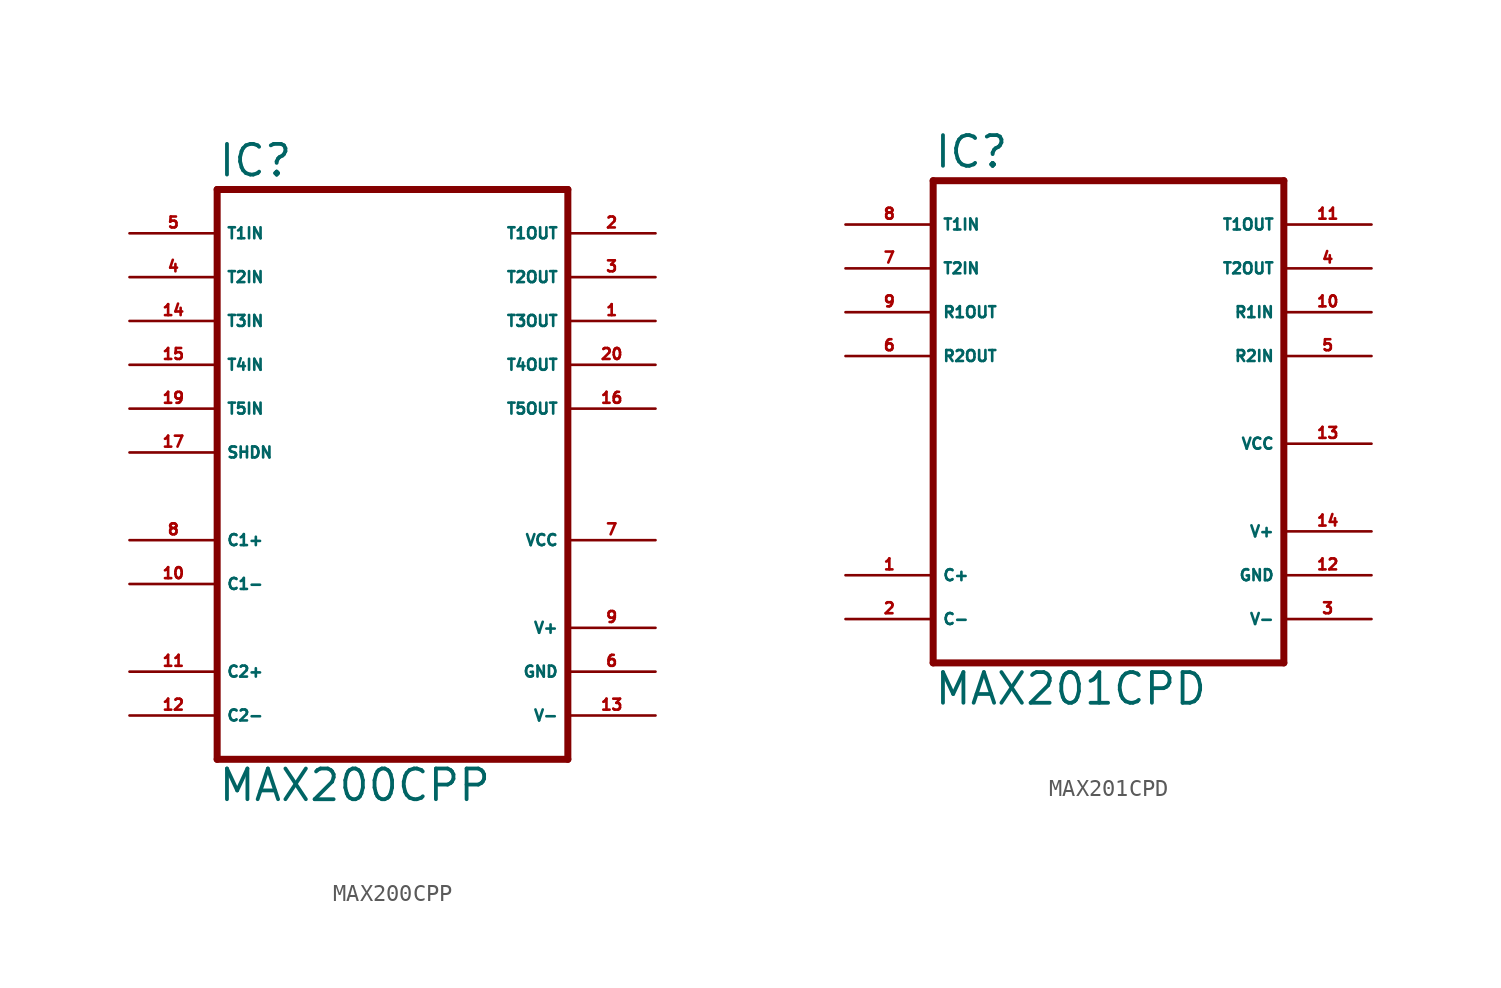
<source format=kicad_sym>
(kicad_symbol_lib
  (version 20220914)
  (generator Eagle2Kicad)
  (symbol "MAX200CPP"
    (property "Reference" "IC"
      (at -10.16 15.875 0)
      (effects (font (size 1.778 1.778) (thickness 0.22)) (justify left bottom)))
    (property "Value" "MAX200CPP"
      (at -10.16 -20.32 0)
      (effects (font (size 1.778 1.778) (thickness 0.22)) (justify left bottom)))
    (polyline
      (pts (xy 10.16 -17.78) (xy -10.16 -17.78))
      (stroke (width 0.406) (type default))
      (fill (type none)))
    (polyline
      (pts (xy -10.16 15.24) (xy -10.16 -17.78))
      (stroke (width 0.406) (type default))
      (fill (type none)))
    (polyline
      (pts (xy -10.16 15.24) (xy 10.16 15.24))
      (stroke (width 0.406) (type default))
      (fill (type none)))
    (polyline
      (pts (xy 10.16 -17.78) (xy 10.16 15.24))
      (stroke (width 0.406) (type default))
      (fill (type none)))
    (pin input line
      (at -15.24 7.62 0)
      (length 5.08)
      (name "T3IN" (effects (font (size 0.635 0.635) (thickness 0.08)) (justify left bottom)))
      (number "14" (effects (font (size 0.635 0.635) (thickness 0.08)) (justify left bottom))))
    (pin input line
      (at -15.24 5.08 0)
      (length 5.08)
      (name "T4IN" (effects (font (size 0.635 0.635) (thickness 0.08)) (justify left bottom)))
      (number "15" (effects (font (size 0.635 0.635) (thickness 0.08)) (justify left bottom))))
    (pin input line
      (at -15.24 12.7 0)
      (length 5.08)
      (name "T1IN" (effects (font (size 0.635 0.635) (thickness 0.08)) (justify left bottom)))
      (number "5" (effects (font (size 0.635 0.635) (thickness 0.08)) (justify left bottom))))
    (pin input line
      (at -15.24 10.16 0)
      (length 5.08)
      (name "T2IN" (effects (font (size 0.635 0.635) (thickness 0.08)) (justify left bottom)))
      (number "4" (effects (font (size 0.635 0.635) (thickness 0.08)) (justify left bottom))))
    (pin output line
      (at 15.24 12.7 180)
      (length 5.08)
      (name "T1OUT" (effects (font (size 0.635 0.635) (thickness 0.08)) (justify left bottom)))
      (number "2" (effects (font (size 0.635 0.635) (thickness 0.08)) (justify left bottom))))
    (pin unspecified line
      (at 15.24 -12.7 180)
      (length 5.08)
      (name "GND" (effects (font (size 0.635 0.635) (thickness 0.08)) (justify left bottom)))
      (number "6" (effects (font (size 0.635 0.635) (thickness 0.08)) (justify left bottom))))
    (pin unspecified line
      (at 15.24 -15.24 180)
      (length 5.08)
      (name "V-" (effects (font (size 0.635 0.635) (thickness 0.08)) (justify left bottom)))
      (number "13" (effects (font (size 0.635 0.635) (thickness 0.08)) (justify left bottom))))
    (pin unspecified line
      (at 15.24 -5.08 180)
      (length 5.08)
      (name "VCC" (effects (font (size 0.635 0.635) (thickness 0.08)) (justify left bottom)))
      (number "7" (effects (font (size 0.635 0.635) (thickness 0.08)) (justify left bottom))))
    (pin passive line
      (at -15.24 -15.24 0)
      (length 5.08)
      (name "C2-" (effects (font (size 0.635 0.635) (thickness 0.08)) (justify left bottom)))
      (number "12" (effects (font (size 0.635 0.635) (thickness 0.08)) (justify left bottom))))
    (pin passive line
      (at -15.24 -7.62 0)
      (length 5.08)
      (name "C1-" (effects (font (size 0.635 0.635) (thickness 0.08)) (justify left bottom)))
      (number "10" (effects (font (size 0.635 0.635) (thickness 0.08)) (justify left bottom))))
    (pin passive line
      (at -15.24 -5.08 0)
      (length 5.08)
      (name "C1+" (effects (font (size 0.635 0.635) (thickness 0.08)) (justify left bottom)))
      (number "8" (effects (font (size 0.635 0.635) (thickness 0.08)) (justify left bottom))))
    (pin output line
      (at 15.24 10.16 180)
      (length 5.08)
      (name "T2OUT" (effects (font (size 0.635 0.635) (thickness 0.08)) (justify left bottom)))
      (number "3" (effects (font (size 0.635 0.635) (thickness 0.08)) (justify left bottom))))
    (pin output line
      (at 15.24 5.08 180)
      (length 5.08)
      (name "T4OUT" (effects (font (size 0.635 0.635) (thickness 0.08)) (justify left bottom)))
      (number "20" (effects (font (size 0.635 0.635) (thickness 0.08)) (justify left bottom))))
    (pin output line
      (at 15.24 2.54 180)
      (length 5.08)
      (name "T5OUT" (effects (font (size 0.635 0.635) (thickness 0.08)) (justify left bottom)))
      (number "16" (effects (font (size 0.635 0.635) (thickness 0.08)) (justify left bottom))))
    (pin unspecified line
      (at 15.24 -10.16 180)
      (length 5.08)
      (name "V+" (effects (font (size 0.635 0.635) (thickness 0.08)) (justify left bottom)))
      (number "9" (effects (font (size 0.635 0.635) (thickness 0.08)) (justify left bottom))))
    (pin passive line
      (at -15.24 -12.7 0)
      (length 5.08)
      (name "C2+" (effects (font (size 0.635 0.635) (thickness 0.08)) (justify left bottom)))
      (number "11" (effects (font (size 0.635 0.635) (thickness 0.08)) (justify left bottom))))
    (pin output line
      (at 15.24 7.62 180)
      (length 5.08)
      (name "T3OUT" (effects (font (size 0.635 0.635) (thickness 0.08)) (justify left bottom)))
      (number "1" (effects (font (size 0.635 0.635) (thickness 0.08)) (justify left bottom))))
    (pin input line
      (at -15.24 2.54 0)
      (length 5.08)
      (name "T5IN" (effects (font (size 0.635 0.635) (thickness 0.08)) (justify left bottom)))
      (number "19" (effects (font (size 0.635 0.635) (thickness 0.08)) (justify left bottom))))
    (pin input line
      (at -15.24 0 0)
      (length 5.08)
      (name "SHDN" (effects (font (size 0.635 0.635) (thickness 0.08)) (justify left bottom)))
      (number "17" (effects (font (size 0.635 0.635) (thickness 0.08)) (justify left bottom)))))
  (symbol "MAX201CPD"
    (property "Reference" "IC"
      (at -10.16 13.335 0)
      (effects (font (size 1.778 1.778) (thickness 0.22)) (justify left bottom)))
    (property "Value" "MAX201CPD"
      (at -10.16 -17.78 0)
      (effects (font (size 1.778 1.778) (thickness 0.22)) (justify left bottom)))
    (polyline
      (pts (xy 10.16 -15.24) (xy -10.16 -15.24))
      (stroke (width 0.406) (type default))
      (fill (type none)))
    (polyline
      (pts (xy -10.16 12.7) (xy -10.16 -15.24))
      (stroke (width 0.406) (type default))
      (fill (type none)))
    (polyline
      (pts (xy -10.16 12.7) (xy 10.16 12.7))
      (stroke (width 0.406) (type default))
      (fill (type none)))
    (polyline
      (pts (xy 10.16 -15.24) (xy 10.16 12.7))
      (stroke (width 0.406) (type default))
      (fill (type none)))
    (pin input line
      (at 15.24 5.08 180)
      (length 5.08)
      (name "R1IN" (effects (font (size 0.635 0.635) (thickness 0.08)) (justify left bottom)))
      (number "10" (effects (font (size 0.635 0.635) (thickness 0.08)) (justify left bottom))))
    (pin input line
      (at 15.24 2.54 180)
      (length 5.08)
      (name "R2IN" (effects (font (size 0.635 0.635) (thickness 0.08)) (justify left bottom)))
      (number "5" (effects (font (size 0.635 0.635) (thickness 0.08)) (justify left bottom))))
    (pin input line
      (at -15.24 10.16 0)
      (length 5.08)
      (name "T1IN" (effects (font (size 0.635 0.635) (thickness 0.08)) (justify left bottom)))
      (number "8" (effects (font (size 0.635 0.635) (thickness 0.08)) (justify left bottom))))
    (pin input line
      (at -15.24 7.62 0)
      (length 5.08)
      (name "T2IN" (effects (font (size 0.635 0.635) (thickness 0.08)) (justify left bottom)))
      (number "7" (effects (font (size 0.635 0.635) (thickness 0.08)) (justify left bottom))))
    (pin output line
      (at 15.24 10.16 180)
      (length 5.08)
      (name "T1OUT" (effects (font (size 0.635 0.635) (thickness 0.08)) (justify left bottom)))
      (number "11" (effects (font (size 0.635 0.635) (thickness 0.08)) (justify left bottom))))
    (pin unspecified line
      (at 15.24 -10.16 180)
      (length 5.08)
      (name "GND" (effects (font (size 0.635 0.635) (thickness 0.08)) (justify left bottom)))
      (number "12" (effects (font (size 0.635 0.635) (thickness 0.08)) (justify left bottom))))
    (pin unspecified line
      (at 15.24 -12.7 180)
      (length 5.08)
      (name "V-" (effects (font (size 0.635 0.635) (thickness 0.08)) (justify left bottom)))
      (number "3" (effects (font (size 0.635 0.635) (thickness 0.08)) (justify left bottom))))
    (pin unspecified line
      (at 15.24 -2.54 180)
      (length 5.08)
      (name "VCC" (effects (font (size 0.635 0.635) (thickness 0.08)) (justify left bottom)))
      (number "13" (effects (font (size 0.635 0.635) (thickness 0.08)) (justify left bottom))))
    (pin passive line
      (at -15.24 -12.7 0)
      (length 5.08)
      (name "C-" (effects (font (size 0.635 0.635) (thickness 0.08)) (justify left bottom)))
      (number "2" (effects (font (size 0.635 0.635) (thickness 0.08)) (justify left bottom))))
    (pin passive line
      (at -15.24 -10.16 0)
      (length 5.08)
      (name "C+" (effects (font (size 0.635 0.635) (thickness 0.08)) (justify left bottom)))
      (number "1" (effects (font (size 0.635 0.635) (thickness 0.08)) (justify left bottom))))
    (pin output line
      (at 15.24 7.62 180)
      (length 5.08)
      (name "T2OUT" (effects (font (size 0.635 0.635) (thickness 0.08)) (justify left bottom)))
      (number "4" (effects (font (size 0.635 0.635) (thickness 0.08)) (justify left bottom))))
    (pin output line
      (at -15.24 2.54 0)
      (length 5.08)
      (name "R2OUT" (effects (font (size 0.635 0.635) (thickness 0.08)) (justify left bottom)))
      (number "6" (effects (font (size 0.635 0.635) (thickness 0.08)) (justify left bottom))))
    (pin unspecified line
      (at 15.24 -7.62 180)
      (length 5.08)
      (name "V+" (effects (font (size 0.635 0.635) (thickness 0.08)) (justify left bottom)))
      (number "14" (effects (font (size 0.635 0.635) (thickness 0.08)) (justify left bottom))))
    (pin output line
      (at -15.24 5.08 0)
      (length 5.08)
      (name "R1OUT" (effects (font (size 0.635 0.635) (thickness 0.08)) (justify left bottom)))
      (number "9" (effects (font (size 0.635 0.635) (thickness 0.08)) (justify left bottom))))))
</source>
